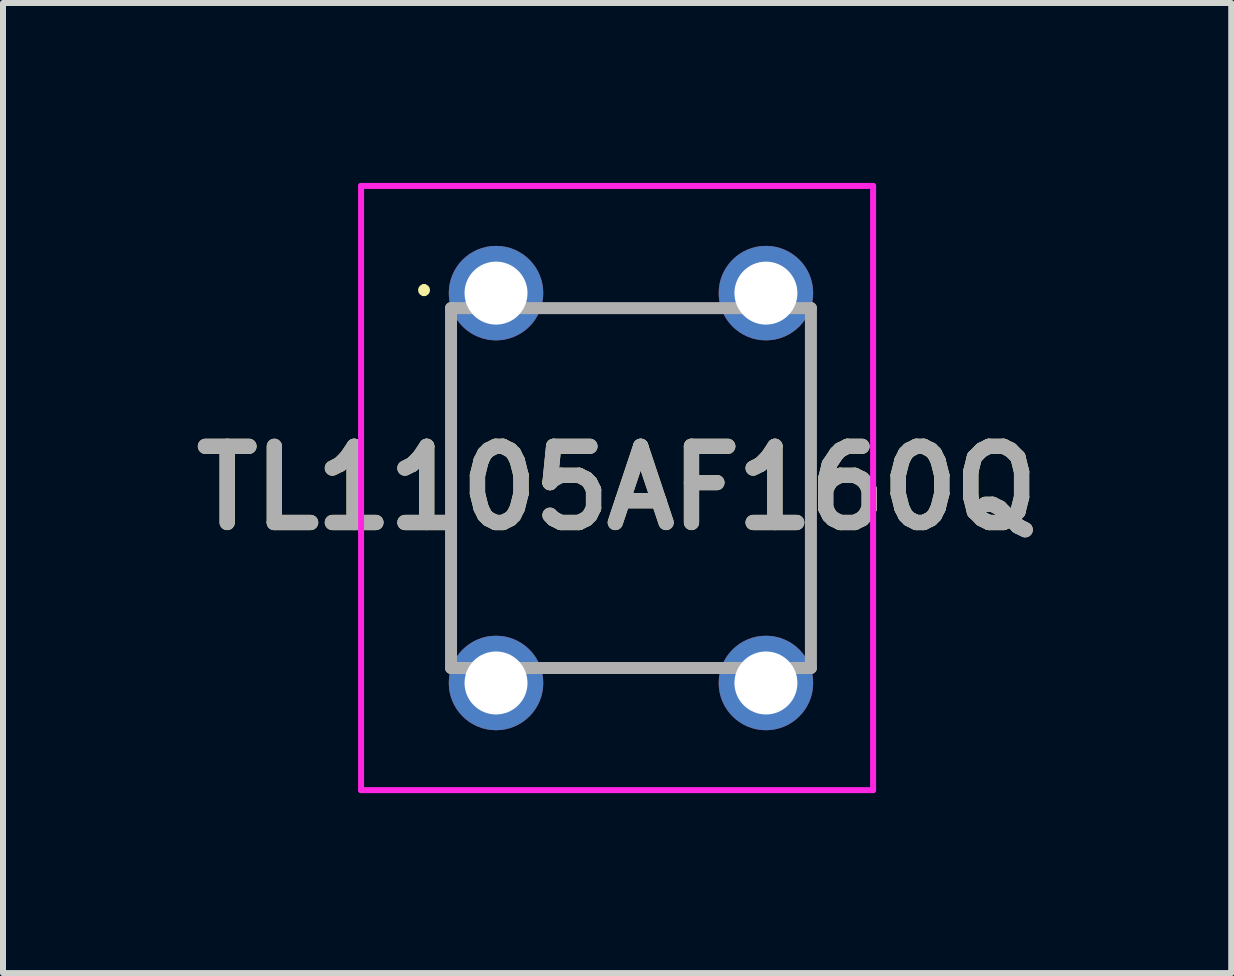
<source format=kicad_pcb>
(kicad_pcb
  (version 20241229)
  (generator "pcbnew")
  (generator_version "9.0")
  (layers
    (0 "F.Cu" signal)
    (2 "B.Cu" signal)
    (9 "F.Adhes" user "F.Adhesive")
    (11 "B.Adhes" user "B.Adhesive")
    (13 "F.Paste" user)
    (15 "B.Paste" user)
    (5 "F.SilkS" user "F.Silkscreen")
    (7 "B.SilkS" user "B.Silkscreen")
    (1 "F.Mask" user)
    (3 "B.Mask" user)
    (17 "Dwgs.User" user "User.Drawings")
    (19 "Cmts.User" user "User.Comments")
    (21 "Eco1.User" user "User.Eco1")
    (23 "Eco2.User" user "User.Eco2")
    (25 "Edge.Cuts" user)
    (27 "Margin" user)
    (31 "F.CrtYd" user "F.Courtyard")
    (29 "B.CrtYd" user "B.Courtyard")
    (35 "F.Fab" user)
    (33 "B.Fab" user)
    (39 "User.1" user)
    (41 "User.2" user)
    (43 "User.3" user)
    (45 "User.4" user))
  (footprint "TL1105AF160Q"
    (layer "F.Cu")
    (at 5.22 1.837)
    (property "Reference" "TL1105AF160Q" (at 2.019 3.25 0) (layer "F.SilkS") (effects (font (size 1.27 1.27) (thickness 0.254))))
    (attr through_hole)
    (fp_line (start -1.2 -0.1) (end -1.2 -0.1) (stroke (width 0.1) (type solid)) (layer "F.SilkS"))
    (fp_line (start -1.2 0) (end -1.2 0) (stroke (width 0.1) (type solid)) (layer "F.SilkS"))
    (fp_line (start -0.75 0.75) (end -0.75 5.75) (stroke (width 0.1) (type solid)) (layer "F.SilkS"))
    (fp_line (start 1.25 0.25) (end 3.25 0.25) (stroke (width 0.1) (type solid)) (layer "F.SilkS"))
    (fp_line (start 1.25 6.25) (end 3.25 6.25) (stroke (width 0.1) (type solid)) (layer "F.SilkS"))
    (fp_line (start 5.25 0.75) (end 5.25 5.75) (stroke (width 0.1) (type solid)) (layer "F.SilkS"))
    (fp_arc (start -1.2 -0.1) (mid -1.15 -0.05) (end -1.2 0) (stroke (width 0.1) (type solid)) (layer "F.SilkS"))
    (fp_arc (start -1.2 0) (mid -1.25 -0.05) (end -1.2 -0.1) (stroke (width 0.1) (type solid)) (layer "F.SilkS"))
    (fp_line (start -2.25 -1.787) (end 6.287 -1.787) (stroke (width 0.1) (type solid)) (layer "F.CrtYd"))
    (fp_line (start -2.25 8.287) (end -2.25 -1.787) (stroke (width 0.1) (type solid)) (layer "F.CrtYd"))
    (fp_line (start 6.287 -1.787) (end 6.287 8.287) (stroke (width 0.1) (type solid)) (layer "F.CrtYd"))
    (fp_line (start 6.287 8.287) (end -2.25 8.287) (stroke (width 0.1) (type solid)) (layer "F.CrtYd"))
    (fp_line (start -0.75 0.25) (end 5.25 0.25) (stroke (width 0.2) (type solid)) (layer "F.Fab"))
    (fp_line (start -0.75 6.25) (end -0.75 0.25) (stroke (width 0.2) (type solid)) (layer "F.Fab"))
    (fp_line (start 5.25 0.25) (end 5.25 6.25) (stroke (width 0.2) (type solid)) (layer "F.Fab"))
    (fp_line (start 5.25 6.25) (end -0.75 6.25) (stroke (width 0.2) (type solid)) (layer "F.Fab"))
    (fp_text user "${REFERENCE}" (at 2.019 3.25 0) (layer "F.Fab") (effects (font (size 1.27 1.27) (thickness 0.254))))
    (pad "1" thru_hole circle (at 0 0) (size 1.575 1.575) (drill 1.05) (layers "*.Cu" "*.Mask"))
    (pad "2" thru_hole circle (at 0 6.5) (size 1.575 1.575) (drill 1.05) (layers "*.Cu" "*.Mask"))
    (pad "3" thru_hole circle (at 4.5 0) (size 1.575 1.575) (drill 1.05) (layers "*.Cu" "*.Mask"))
    (pad "4" thru_hole circle (at 4.5 6.5) (size 1.575 1.575) (drill 1.05) (layers "*.Cu" "*.Mask")))
  (gr_rect
    (start -3 -3)
    (end 17.478 13.174)
    (stroke (width 0.1) (type default))
    (fill no)
    (layer "Edge.Cuts")))
</source>
